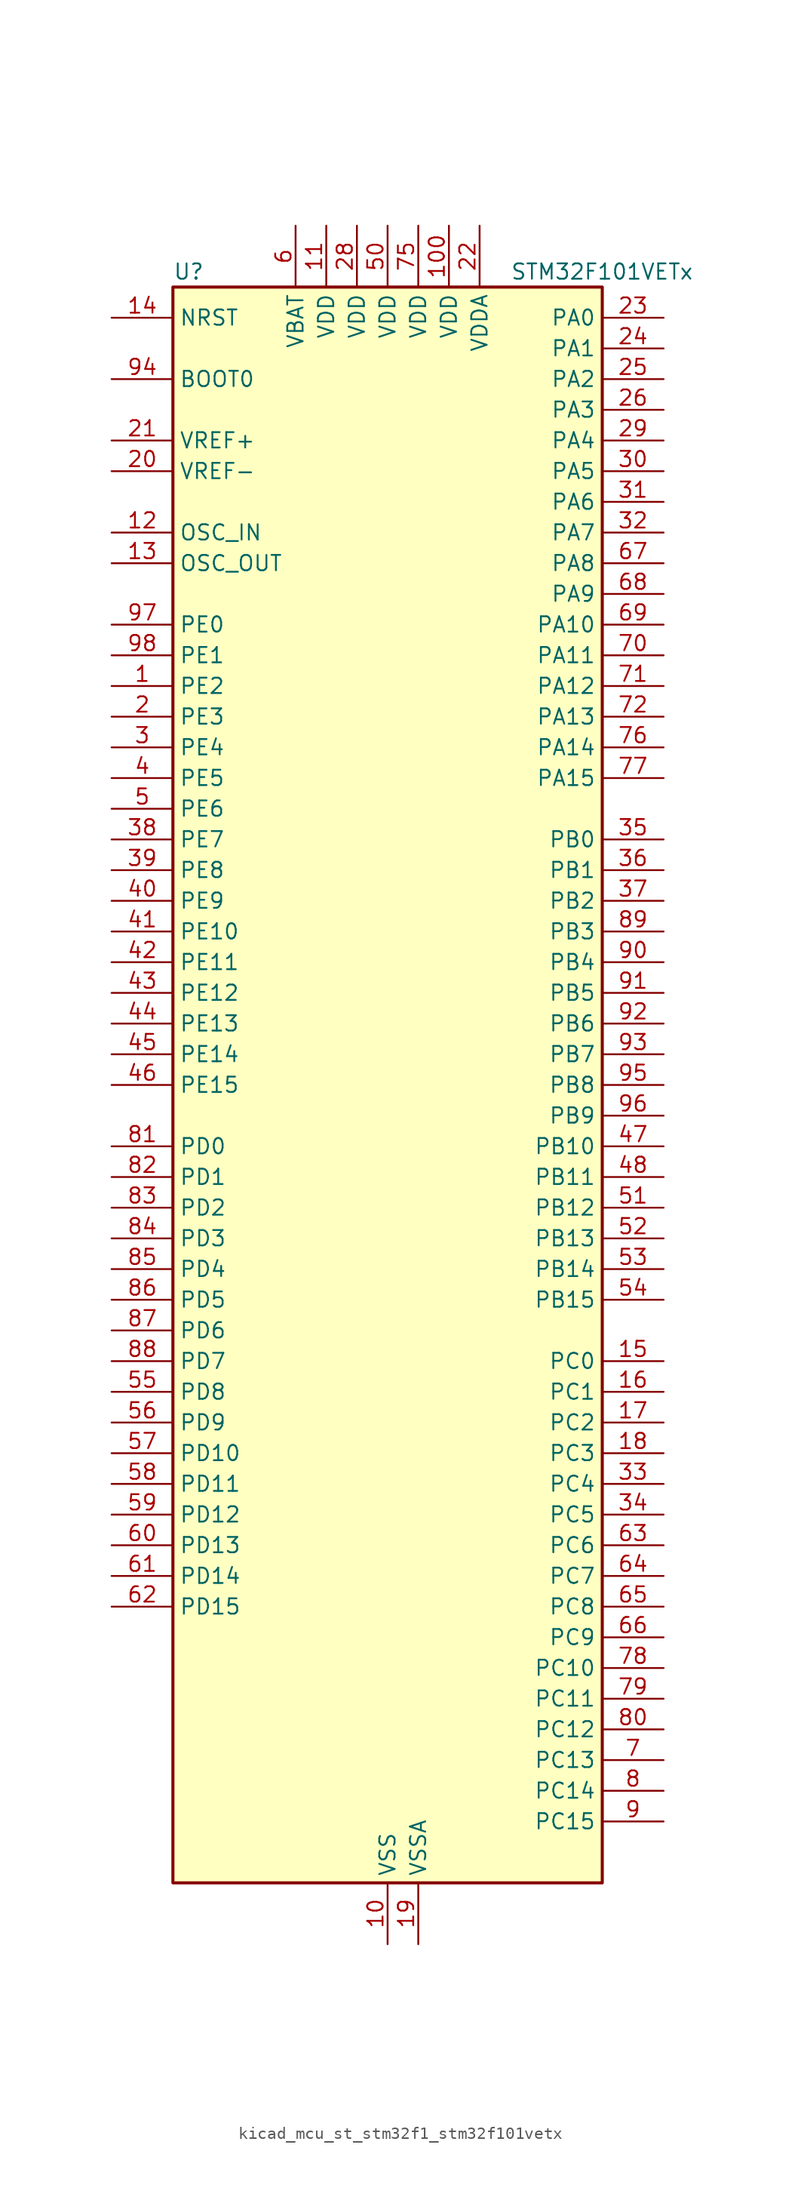
<source format=kicad_sym>
(kicad_symbol_lib
  (version 20220914)
  (generator kicad_symbol_editor)
  (symbol "kicad_mcu_st_stm32f1_stm32f101vetx"
    (property "Reference" "U"
      (at -17.78 67.31 0)
      (effects (font (size 1.27 1.27)) (justify left)))
    (property "Value" "STM32F101VETx"
      (at 10.16 67.31 0)
      (effects (font (size 1.27 1.27)) (justify left)))
    (property "ki_locked" ""
      (at 0 0 0)
      (effects (font (size 1.27 1.27))))
    (symbol "kicad_mcu_st_stm32f1_stm32f101vetx_0_1"
      (rectangle (start -17.78 -66.04) (end 17.78 66.04) (stroke (width 0.254) (type default)) (fill (type background))))
    (symbol "kicad_mcu_st_stm32f1_stm32f101vetx_1_1"
      (pin bidirectional line (at -22.86 33.02 0) (length 5.08) (name "PE2" (effects (font (size 1.27 1.27)))) (number "1" (effects (font (size 1.27 1.27)))) (alternate "FSMC_A23" bidirectional line) (alternate "SYS_TRACECLK" bidirectional line))
      (pin power_in line (at 0 -71.12 90) (length 5.08) (name "VSS" (effects (font (size 1.27 1.27)))) (number "10" (effects (font (size 1.27 1.27)))))
      (pin power_in line (at 5.08 71.12 270) (length 5.08) (name "VDD" (effects (font (size 1.27 1.27)))) (number "100" (effects (font (size 1.27 1.27)))))
      (pin power_in line (at -5.08 71.12 270) (length 5.08) (name "VDD" (effects (font (size 1.27 1.27)))) (number "11" (effects (font (size 1.27 1.27)))))
      (pin input line (at -22.86 45.72 0) (length 5.08) (name "OSC_IN" (effects (font (size 1.27 1.27)))) (number "12" (effects (font (size 1.27 1.27)))) (alternate "RCC_OSC_IN" bidirectional line))
      (pin input line (at -22.86 43.18 0) (length 5.08) (name "OSC_OUT" (effects (font (size 1.27 1.27)))) (number "13" (effects (font (size 1.27 1.27)))) (alternate "RCC_OSC_OUT" bidirectional line))
      (pin input line (at -22.86 63.5 0) (length 5.08) (name "NRST" (effects (font (size 1.27 1.27)))) (number "14" (effects (font (size 1.27 1.27)))))
      (pin bidirectional line (at 22.86 -22.86 180) (length 5.08) (name "PC0" (effects (font (size 1.27 1.27)))) (number "15" (effects (font (size 1.27 1.27)))) (alternate "ADC1_IN10" bidirectional line))
      (pin bidirectional line (at 22.86 -25.4 180) (length 5.08) (name "PC1" (effects (font (size 1.27 1.27)))) (number "16" (effects (font (size 1.27 1.27)))) (alternate "ADC1_IN11" bidirectional line))
      (pin bidirectional line (at 22.86 -27.94 180) (length 5.08) (name "PC2" (effects (font (size 1.27 1.27)))) (number "17" (effects (font (size 1.27 1.27)))) (alternate "ADC1_IN12" bidirectional line))
      (pin bidirectional line (at 22.86 -30.48 180) (length 5.08) (name "PC3" (effects (font (size 1.27 1.27)))) (number "18" (effects (font (size 1.27 1.27)))) (alternate "ADC1_IN13" bidirectional line))
      (pin power_in line (at 2.54 -71.12 90) (length 5.08) (name "VSSA" (effects (font (size 1.27 1.27)))) (number "19" (effects (font (size 1.27 1.27)))))
      (pin bidirectional line (at -22.86 30.48 0) (length 5.08) (name "PE3" (effects (font (size 1.27 1.27)))) (number "2" (effects (font (size 1.27 1.27)))) (alternate "FSMC_A19" bidirectional line) (alternate "SYS_TRACED0" bidirectional line))
      (pin input line (at -22.86 50.8 0) (length 5.08) (name "VREF-" (effects (font (size 1.27 1.27)))) (number "20" (effects (font (size 1.27 1.27)))))
      (pin input line (at -22.86 53.34 0) (length 5.08) (name "VREF+" (effects (font (size 1.27 1.27)))) (number "21" (effects (font (size 1.27 1.27)))))
      (pin power_in line (at 7.62 71.12 270) (length 5.08) (name "VDDA" (effects (font (size 1.27 1.27)))) (number "22" (effects (font (size 1.27 1.27)))))
      (pin bidirectional line (at 22.86 63.5 180) (length 5.08) (name "PA0" (effects (font (size 1.27 1.27)))) (number "23" (effects (font (size 1.27 1.27)))) (alternate "ADC1_IN0" bidirectional line) (alternate "SYS_WKUP" bidirectional line) (alternate "TIM2_CH1" bidirectional line) (alternate "TIM2_ETR" bidirectional line) (alternate "TIM5_CH1" bidirectional line) (alternate "USART2_CTS" bidirectional line))
      (pin bidirectional line (at 22.86 60.96 180) (length 5.08) (name "PA1" (effects (font (size 1.27 1.27)))) (number "24" (effects (font (size 1.27 1.27)))) (alternate "ADC1_IN1" bidirectional line) (alternate "TIM2_CH2" bidirectional line) (alternate "TIM5_CH2" bidirectional line) (alternate "USART2_RTS" bidirectional line))
      (pin bidirectional line (at 22.86 58.42 180) (length 5.08) (name "PA2" (effects (font (size 1.27 1.27)))) (number "25" (effects (font (size 1.27 1.27)))) (alternate "ADC1_IN2" bidirectional line) (alternate "TIM2_CH3" bidirectional line) (alternate "TIM5_CH3" bidirectional line) (alternate "USART2_TX" bidirectional line))
      (pin bidirectional line (at 22.86 55.88 180) (length 5.08) (name "PA3" (effects (font (size 1.27 1.27)))) (number "26" (effects (font (size 1.27 1.27)))) (alternate "ADC1_IN3" bidirectional line) (alternate "TIM2_CH4" bidirectional line) (alternate "TIM5_CH4" bidirectional line) (alternate "USART2_RX" bidirectional line))
      (pin passive line (at 0 -71.12 90) (length 5.08) hide (name "VSS" (effects (font (size 1.27 1.27)))) (number "27" (effects (font (size 1.27 1.27)))))
      (pin power_in line (at -2.54 71.12 270) (length 5.08) (name "VDD" (effects (font (size 1.27 1.27)))) (number "28" (effects (font (size 1.27 1.27)))))
      (pin bidirectional line (at 22.86 53.34 180) (length 5.08) (name "PA4" (effects (font (size 1.27 1.27)))) (number "29" (effects (font (size 1.27 1.27)))) (alternate "ADC1_IN4" bidirectional line) (alternate "DAC_OUT1" bidirectional line) (alternate "SPI1_NSS" bidirectional line) (alternate "USART2_CK" bidirectional line))
      (pin bidirectional line (at -22.86 27.94 0) (length 5.08) (name "PE4" (effects (font (size 1.27 1.27)))) (number "3" (effects (font (size 1.27 1.27)))) (alternate "FSMC_A20" bidirectional line) (alternate "SYS_TRACED1" bidirectional line))
      (pin bidirectional line (at 22.86 50.8 180) (length 5.08) (name "PA5" (effects (font (size 1.27 1.27)))) (number "30" (effects (font (size 1.27 1.27)))) (alternate "ADC1_IN5" bidirectional line) (alternate "DAC_OUT2" bidirectional line) (alternate "SPI1_SCK" bidirectional line))
      (pin bidirectional line (at 22.86 48.26 180) (length 5.08) (name "PA6" (effects (font (size 1.27 1.27)))) (number "31" (effects (font (size 1.27 1.27)))) (alternate "ADC1_IN6" bidirectional line) (alternate "SPI1_MISO" bidirectional line) (alternate "TIM3_CH1" bidirectional line))
      (pin bidirectional line (at 22.86 45.72 180) (length 5.08) (name "PA7" (effects (font (size 1.27 1.27)))) (number "32" (effects (font (size 1.27 1.27)))) (alternate "ADC1_IN7" bidirectional line) (alternate "SPI1_MOSI" bidirectional line) (alternate "TIM3_CH2" bidirectional line))
      (pin bidirectional line (at 22.86 -33.02 180) (length 5.08) (name "PC4" (effects (font (size 1.27 1.27)))) (number "33" (effects (font (size 1.27 1.27)))) (alternate "ADC1_IN14" bidirectional line))
      (pin bidirectional line (at 22.86 -35.56 180) (length 5.08) (name "PC5" (effects (font (size 1.27 1.27)))) (number "34" (effects (font (size 1.27 1.27)))) (alternate "ADC1_IN15" bidirectional line))
      (pin bidirectional line (at 22.86 20.32 180) (length 5.08) (name "PB0" (effects (font (size 1.27 1.27)))) (number "35" (effects (font (size 1.27 1.27)))) (alternate "ADC1_IN8" bidirectional line) (alternate "TIM3_CH3" bidirectional line))
      (pin bidirectional line (at 22.86 17.78 180) (length 5.08) (name "PB1" (effects (font (size 1.27 1.27)))) (number "36" (effects (font (size 1.27 1.27)))) (alternate "ADC1_IN9" bidirectional line) (alternate "TIM3_CH4" bidirectional line))
      (pin bidirectional line (at 22.86 15.24 180) (length 5.08) (name "PB2" (effects (font (size 1.27 1.27)))) (number "37" (effects (font (size 1.27 1.27)))))
      (pin bidirectional line (at -22.86 20.32 0) (length 5.08) (name "PE7" (effects (font (size 1.27 1.27)))) (number "38" (effects (font (size 1.27 1.27)))) (alternate "FSMC_D4" bidirectional line) (alternate "FSMC_DA4" bidirectional line))
      (pin bidirectional line (at -22.86 17.78 0) (length 5.08) (name "PE8" (effects (font (size 1.27 1.27)))) (number "39" (effects (font (size 1.27 1.27)))) (alternate "FSMC_D5" bidirectional line) (alternate "FSMC_DA5" bidirectional line))
      (pin bidirectional line (at -22.86 25.4 0) (length 5.08) (name "PE5" (effects (font (size 1.27 1.27)))) (number "4" (effects (font (size 1.27 1.27)))) (alternate "FSMC_A21" bidirectional line) (alternate "SYS_TRACED2" bidirectional line))
      (pin bidirectional line (at -22.86 15.24 0) (length 5.08) (name "PE9" (effects (font (size 1.27 1.27)))) (number "40" (effects (font (size 1.27 1.27)))) (alternate "DAC_EXTI9" bidirectional line) (alternate "FSMC_D6" bidirectional line) (alternate "FSMC_DA6" bidirectional line))
      (pin bidirectional line (at -22.86 12.7 0) (length 5.08) (name "PE10" (effects (font (size 1.27 1.27)))) (number "41" (effects (font (size 1.27 1.27)))) (alternate "FSMC_D7" bidirectional line) (alternate "FSMC_DA7" bidirectional line))
      (pin bidirectional line (at -22.86 10.16 0) (length 5.08) (name "PE11" (effects (font (size 1.27 1.27)))) (number "42" (effects (font (size 1.27 1.27)))) (alternate "ADC1_EXTI11" bidirectional line) (alternate "FSMC_D8" bidirectional line) (alternate "FSMC_DA8" bidirectional line))
      (pin bidirectional line (at -22.86 7.62 0) (length 5.08) (name "PE12" (effects (font (size 1.27 1.27)))) (number "43" (effects (font (size 1.27 1.27)))) (alternate "FSMC_D9" bidirectional line) (alternate "FSMC_DA9" bidirectional line))
      (pin bidirectional line (at -22.86 5.08 0) (length 5.08) (name "PE13" (effects (font (size 1.27 1.27)))) (number "44" (effects (font (size 1.27 1.27)))) (alternate "FSMC_D10" bidirectional line) (alternate "FSMC_DA10" bidirectional line))
      (pin bidirectional line (at -22.86 2.54 0) (length 5.08) (name "PE14" (effects (font (size 1.27 1.27)))) (number "45" (effects (font (size 1.27 1.27)))) (alternate "FSMC_D11" bidirectional line) (alternate "FSMC_DA11" bidirectional line))
      (pin bidirectional line (at -22.86 0 0) (length 5.08) (name "PE15" (effects (font (size 1.27 1.27)))) (number "46" (effects (font (size 1.27 1.27)))) (alternate "ADC1_EXTI15" bidirectional line) (alternate "FSMC_D12" bidirectional line) (alternate "FSMC_DA12" bidirectional line))
      (pin bidirectional line (at 22.86 -5.08 180) (length 5.08) (name "PB10" (effects (font (size 1.27 1.27)))) (number "47" (effects (font (size 1.27 1.27)))) (alternate "I2C2_SCL" bidirectional line) (alternate "TIM2_CH3" bidirectional line) (alternate "USART3_TX" bidirectional line))
      (pin bidirectional line (at 22.86 -7.62 180) (length 5.08) (name "PB11" (effects (font (size 1.27 1.27)))) (number "48" (effects (font (size 1.27 1.27)))) (alternate "ADC1_EXTI11" bidirectional line) (alternate "I2C2_SDA" bidirectional line) (alternate "TIM2_CH4" bidirectional line) (alternate "USART3_RX" bidirectional line))
      (pin passive line (at 0 -71.12 90) (length 5.08) hide (name "VSS" (effects (font (size 1.27 1.27)))) (number "49" (effects (font (size 1.27 1.27)))))
      (pin bidirectional line (at -22.86 22.86 0) (length 5.08) (name "PE6" (effects (font (size 1.27 1.27)))) (number "5" (effects (font (size 1.27 1.27)))) (alternate "FSMC_A22" bidirectional line) (alternate "SYS_TRACED3" bidirectional line))
      (pin power_in line (at 0 71.12 270) (length 5.08) (name "VDD" (effects (font (size 1.27 1.27)))) (number "50" (effects (font (size 1.27 1.27)))))
      (pin bidirectional line (at 22.86 -10.16 180) (length 5.08) (name "PB12" (effects (font (size 1.27 1.27)))) (number "51" (effects (font (size 1.27 1.27)))) (alternate "I2C2_SMBA" bidirectional line) (alternate "SPI2_NSS" bidirectional line) (alternate "USART3_CK" bidirectional line))
      (pin bidirectional line (at 22.86 -12.7 180) (length 5.08) (name "PB13" (effects (font (size 1.27 1.27)))) (number "52" (effects (font (size 1.27 1.27)))) (alternate "SPI2_SCK" bidirectional line) (alternate "USART3_CTS" bidirectional line))
      (pin bidirectional line (at 22.86 -15.24 180) (length 5.08) (name "PB14" (effects (font (size 1.27 1.27)))) (number "53" (effects (font (size 1.27 1.27)))) (alternate "SPI2_MISO" bidirectional line) (alternate "USART3_RTS" bidirectional line))
      (pin bidirectional line (at 22.86 -17.78 180) (length 5.08) (name "PB15" (effects (font (size 1.27 1.27)))) (number "54" (effects (font (size 1.27 1.27)))) (alternate "ADC1_EXTI15" bidirectional line) (alternate "SPI2_MOSI" bidirectional line))
      (pin bidirectional line (at -22.86 -25.4 0) (length 5.08) (name "PD8" (effects (font (size 1.27 1.27)))) (number "55" (effects (font (size 1.27 1.27)))) (alternate "FSMC_D13" bidirectional line) (alternate "FSMC_DA13" bidirectional line) (alternate "USART3_TX" bidirectional line))
      (pin bidirectional line (at -22.86 -27.94 0) (length 5.08) (name "PD9" (effects (font (size 1.27 1.27)))) (number "56" (effects (font (size 1.27 1.27)))) (alternate "DAC_EXTI9" bidirectional line) (alternate "FSMC_D14" bidirectional line) (alternate "FSMC_DA14" bidirectional line) (alternate "USART3_RX" bidirectional line))
      (pin bidirectional line (at -22.86 -30.48 0) (length 5.08) (name "PD10" (effects (font (size 1.27 1.27)))) (number "57" (effects (font (size 1.27 1.27)))) (alternate "FSMC_D15" bidirectional line) (alternate "FSMC_DA15" bidirectional line) (alternate "USART3_CK" bidirectional line))
      (pin bidirectional line (at -22.86 -33.02 0) (length 5.08) (name "PD11" (effects (font (size 1.27 1.27)))) (number "58" (effects (font (size 1.27 1.27)))) (alternate "ADC1_EXTI11" bidirectional line) (alternate "FSMC_A16" bidirectional line) (alternate "FSMC_CLE" bidirectional line) (alternate "USART3_CTS" bidirectional line))
      (pin bidirectional line (at -22.86 -35.56 0) (length 5.08) (name "PD12" (effects (font (size 1.27 1.27)))) (number "59" (effects (font (size 1.27 1.27)))) (alternate "FSMC_A17" bidirectional line) (alternate "FSMC_ALE" bidirectional line) (alternate "TIM4_CH1" bidirectional line) (alternate "USART3_RTS" bidirectional line))
      (pin power_in line (at -7.62 71.12 270) (length 5.08) (name "VBAT" (effects (font (size 1.27 1.27)))) (number "6" (effects (font (size 1.27 1.27)))))
      (pin bidirectional line (at -22.86 -38.1 0) (length 5.08) (name "PD13" (effects (font (size 1.27 1.27)))) (number "60" (effects (font (size 1.27 1.27)))) (alternate "FSMC_A18" bidirectional line) (alternate "TIM4_CH2" bidirectional line))
      (pin bidirectional line (at -22.86 -40.64 0) (length 5.08) (name "PD14" (effects (font (size 1.27 1.27)))) (number "61" (effects (font (size 1.27 1.27)))) (alternate "FSMC_D0" bidirectional line) (alternate "FSMC_DA0" bidirectional line) (alternate "TIM4_CH3" bidirectional line))
      (pin bidirectional line (at -22.86 -43.18 0) (length 5.08) (name "PD15" (effects (font (size 1.27 1.27)))) (number "62" (effects (font (size 1.27 1.27)))) (alternate "ADC1_EXTI15" bidirectional line) (alternate "FSMC_D1" bidirectional line) (alternate "FSMC_DA1" bidirectional line) (alternate "TIM4_CH4" bidirectional line))
      (pin bidirectional line (at 22.86 -38.1 180) (length 5.08) (name "PC6" (effects (font (size 1.27 1.27)))) (number "63" (effects (font (size 1.27 1.27)))) (alternate "TIM3_CH1" bidirectional line))
      (pin bidirectional line (at 22.86 -40.64 180) (length 5.08) (name "PC7" (effects (font (size 1.27 1.27)))) (number "64" (effects (font (size 1.27 1.27)))) (alternate "TIM3_CH2" bidirectional line))
      (pin bidirectional line (at 22.86 -43.18 180) (length 5.08) (name "PC8" (effects (font (size 1.27 1.27)))) (number "65" (effects (font (size 1.27 1.27)))) (alternate "TIM3_CH3" bidirectional line))
      (pin bidirectional line (at 22.86 -45.72 180) (length 5.08) (name "PC9" (effects (font (size 1.27 1.27)))) (number "66" (effects (font (size 1.27 1.27)))) (alternate "DAC_EXTI9" bidirectional line) (alternate "TIM3_CH4" bidirectional line))
      (pin bidirectional line (at 22.86 43.18 180) (length 5.08) (name "PA8" (effects (font (size 1.27 1.27)))) (number "67" (effects (font (size 1.27 1.27)))) (alternate "RCC_MCO" bidirectional line) (alternate "USART1_CK" bidirectional line))
      (pin bidirectional line (at 22.86 40.64 180) (length 5.08) (name "PA9" (effects (font (size 1.27 1.27)))) (number "68" (effects (font (size 1.27 1.27)))) (alternate "DAC_EXTI9" bidirectional line) (alternate "USART1_TX" bidirectional line))
      (pin bidirectional line (at 22.86 38.1 180) (length 5.08) (name "PA10" (effects (font (size 1.27 1.27)))) (number "69" (effects (font (size 1.27 1.27)))) (alternate "USART1_RX" bidirectional line))
      (pin bidirectional line (at 22.86 -55.88 180) (length 5.08) (name "PC13" (effects (font (size 1.27 1.27)))) (number "7" (effects (font (size 1.27 1.27)))) (alternate "RTC_OUT" bidirectional line) (alternate "RTC_TAMPER" bidirectional line))
      (pin bidirectional line (at 22.86 35.56 180) (length 5.08) (name "PA11" (effects (font (size 1.27 1.27)))) (number "70" (effects (font (size 1.27 1.27)))) (alternate "ADC1_EXTI11" bidirectional line) (alternate "USART1_CTS" bidirectional line))
      (pin bidirectional line (at 22.86 33.02 180) (length 5.08) (name "PA12" (effects (font (size 1.27 1.27)))) (number "71" (effects (font (size 1.27 1.27)))) (alternate "USART1_RTS" bidirectional line))
      (pin bidirectional line (at 22.86 30.48 180) (length 5.08) (name "PA13" (effects (font (size 1.27 1.27)))) (number "72" (effects (font (size 1.27 1.27)))) (alternate "SYS_JTMS-SWDIO" bidirectional line))
      (pin no_connect line (at -17.78 -66.04 0) (length 5.08) hide (name "NC" (effects (font (size 1.27 1.27)))) (number "73" (effects (font (size 1.27 1.27)))))
      (pin passive line (at 0 -71.12 90) (length 5.08) hide (name "VSS" (effects (font (size 1.27 1.27)))) (number "74" (effects (font (size 1.27 1.27)))))
      (pin power_in line (at 2.54 71.12 270) (length 5.08) (name "VDD" (effects (font (size 1.27 1.27)))) (number "75" (effects (font (size 1.27 1.27)))))
      (pin bidirectional line (at 22.86 27.94 180) (length 5.08) (name "PA14" (effects (font (size 1.27 1.27)))) (number "76" (effects (font (size 1.27 1.27)))) (alternate "SYS_JTCK-SWCLK" bidirectional line))
      (pin bidirectional line (at 22.86 25.4 180) (length 5.08) (name "PA15" (effects (font (size 1.27 1.27)))) (number "77" (effects (font (size 1.27 1.27)))) (alternate "ADC1_EXTI15" bidirectional line) (alternate "SPI1_NSS" bidirectional line) (alternate "SPI3_NSS" bidirectional line) (alternate "SYS_JTDI" bidirectional line) (alternate "TIM2_CH1" bidirectional line) (alternate "TIM2_ETR" bidirectional line))
      (pin bidirectional line (at 22.86 -48.26 180) (length 5.08) (name "PC10" (effects (font (size 1.27 1.27)))) (number "78" (effects (font (size 1.27 1.27)))) (alternate "UART4_TX" bidirectional line) (alternate "USART3_TX" bidirectional line))
      (pin bidirectional line (at 22.86 -50.8 180) (length 5.08) (name "PC11" (effects (font (size 1.27 1.27)))) (number "79" (effects (font (size 1.27 1.27)))) (alternate "ADC1_EXTI11" bidirectional line) (alternate "UART4_RX" bidirectional line) (alternate "USART3_RX" bidirectional line))
      (pin bidirectional line (at 22.86 -58.42 180) (length 5.08) (name "PC14" (effects (font (size 1.27 1.27)))) (number "8" (effects (font (size 1.27 1.27)))) (alternate "RCC_OSC32_IN" bidirectional line))
      (pin bidirectional line (at 22.86 -53.34 180) (length 5.08) (name "PC12" (effects (font (size 1.27 1.27)))) (number "80" (effects (font (size 1.27 1.27)))) (alternate "UART5_TX" bidirectional line) (alternate "USART3_CK" bidirectional line))
      (pin bidirectional line (at -22.86 -5.08 0) (length 5.08) (name "PD0" (effects (font (size 1.27 1.27)))) (number "81" (effects (font (size 1.27 1.27)))) (alternate "FSMC_D2" bidirectional line) (alternate "FSMC_DA2" bidirectional line))
      (pin bidirectional line (at -22.86 -7.62 0) (length 5.08) (name "PD1" (effects (font (size 1.27 1.27)))) (number "82" (effects (font (size 1.27 1.27)))) (alternate "FSMC_D3" bidirectional line) (alternate "FSMC_DA3" bidirectional line))
      (pin bidirectional line (at -22.86 -10.16 0) (length 5.08) (name "PD2" (effects (font (size 1.27 1.27)))) (number "83" (effects (font (size 1.27 1.27)))) (alternate "TIM3_ETR" bidirectional line) (alternate "UART5_RX" bidirectional line))
      (pin bidirectional line (at -22.86 -12.7 0) (length 5.08) (name "PD3" (effects (font (size 1.27 1.27)))) (number "84" (effects (font (size 1.27 1.27)))) (alternate "FSMC_CLK" bidirectional line) (alternate "USART2_CTS" bidirectional line))
      (pin bidirectional line (at -22.86 -15.24 0) (length 5.08) (name "PD4" (effects (font (size 1.27 1.27)))) (number "85" (effects (font (size 1.27 1.27)))) (alternate "FSMC_NOE" bidirectional line) (alternate "USART2_RTS" bidirectional line))
      (pin bidirectional line (at -22.86 -17.78 0) (length 5.08) (name "PD5" (effects (font (size 1.27 1.27)))) (number "86" (effects (font (size 1.27 1.27)))) (alternate "FSMC_NWE" bidirectional line) (alternate "USART2_TX" bidirectional line))
      (pin bidirectional line (at -22.86 -20.32 0) (length 5.08) (name "PD6" (effects (font (size 1.27 1.27)))) (number "87" (effects (font (size 1.27 1.27)))) (alternate "FSMC_NWAIT" bidirectional line) (alternate "USART2_RX" bidirectional line))
      (pin bidirectional line (at -22.86 -22.86 0) (length 5.08) (name "PD7" (effects (font (size 1.27 1.27)))) (number "88" (effects (font (size 1.27 1.27)))) (alternate "FSMC_NCE2" bidirectional line) (alternate "FSMC_NE1" bidirectional line) (alternate "USART2_CK" bidirectional line))
      (pin bidirectional line (at 22.86 12.7 180) (length 5.08) (name "PB3" (effects (font (size 1.27 1.27)))) (number "89" (effects (font (size 1.27 1.27)))) (alternate "SPI1_SCK" bidirectional line) (alternate "SPI3_SCK" bidirectional line) (alternate "SYS_JTDO-TRACESWO" bidirectional line) (alternate "TIM2_CH2" bidirectional line))
      (pin bidirectional line (at 22.86 -60.96 180) (length 5.08) (name "PC15" (effects (font (size 1.27 1.27)))) (number "9" (effects (font (size 1.27 1.27)))) (alternate "ADC1_EXTI15" bidirectional line) (alternate "RCC_OSC32_OUT" bidirectional line))
      (pin bidirectional line (at 22.86 10.16 180) (length 5.08) (name "PB4" (effects (font (size 1.27 1.27)))) (number "90" (effects (font (size 1.27 1.27)))) (alternate "SPI1_MISO" bidirectional line) (alternate "SPI3_MISO" bidirectional line) (alternate "SYS_NJTRST" bidirectional line) (alternate "TIM3_CH1" bidirectional line))
      (pin bidirectional line (at 22.86 7.62 180) (length 5.08) (name "PB5" (effects (font (size 1.27 1.27)))) (number "91" (effects (font (size 1.27 1.27)))) (alternate "I2C1_SMBA" bidirectional line) (alternate "SPI1_MOSI" bidirectional line) (alternate "SPI3_MOSI" bidirectional line) (alternate "TIM3_CH2" bidirectional line))
      (pin bidirectional line (at 22.86 5.08 180) (length 5.08) (name "PB6" (effects (font (size 1.27 1.27)))) (number "92" (effects (font (size 1.27 1.27)))) (alternate "I2C1_SCL" bidirectional line) (alternate "TIM4_CH1" bidirectional line) (alternate "USART1_TX" bidirectional line))
      (pin bidirectional line (at 22.86 2.54 180) (length 5.08) (name "PB7" (effects (font (size 1.27 1.27)))) (number "93" (effects (font (size 1.27 1.27)))) (alternate "FSMC_NL" bidirectional line) (alternate "I2C1_SDA" bidirectional line) (alternate "TIM4_CH2" bidirectional line) (alternate "USART1_RX" bidirectional line))
      (pin input line (at -22.86 58.42 0) (length 5.08) (name "BOOT0" (effects (font (size 1.27 1.27)))) (number "94" (effects (font (size 1.27 1.27)))))
      (pin bidirectional line (at 22.86 0 180) (length 5.08) (name "PB8" (effects (font (size 1.27 1.27)))) (number "95" (effects (font (size 1.27 1.27)))) (alternate "I2C1_SCL" bidirectional line) (alternate "TIM4_CH3" bidirectional line))
      (pin bidirectional line (at 22.86 -2.54 180) (length 5.08) (name "PB9" (effects (font (size 1.27 1.27)))) (number "96" (effects (font (size 1.27 1.27)))) (alternate "DAC_EXTI9" bidirectional line) (alternate "I2C1_SDA" bidirectional line) (alternate "TIM4_CH4" bidirectional line))
      (pin bidirectional line (at -22.86 38.1 0) (length 5.08) (name "PE0" (effects (font (size 1.27 1.27)))) (number "97" (effects (font (size 1.27 1.27)))) (alternate "FSMC_NBL0" bidirectional line) (alternate "TIM4_ETR" bidirectional line))
      (pin bidirectional line (at -22.86 35.56 0) (length 5.08) (name "PE1" (effects (font (size 1.27 1.27)))) (number "98" (effects (font (size 1.27 1.27)))) (alternate "FSMC_NBL1" bidirectional line))
      (pin passive line (at 0 -71.12 90) (length 5.08) hide (name "VSS" (effects (font (size 1.27 1.27)))) (number "99" (effects (font (size 1.27 1.27))))))))
</source>
